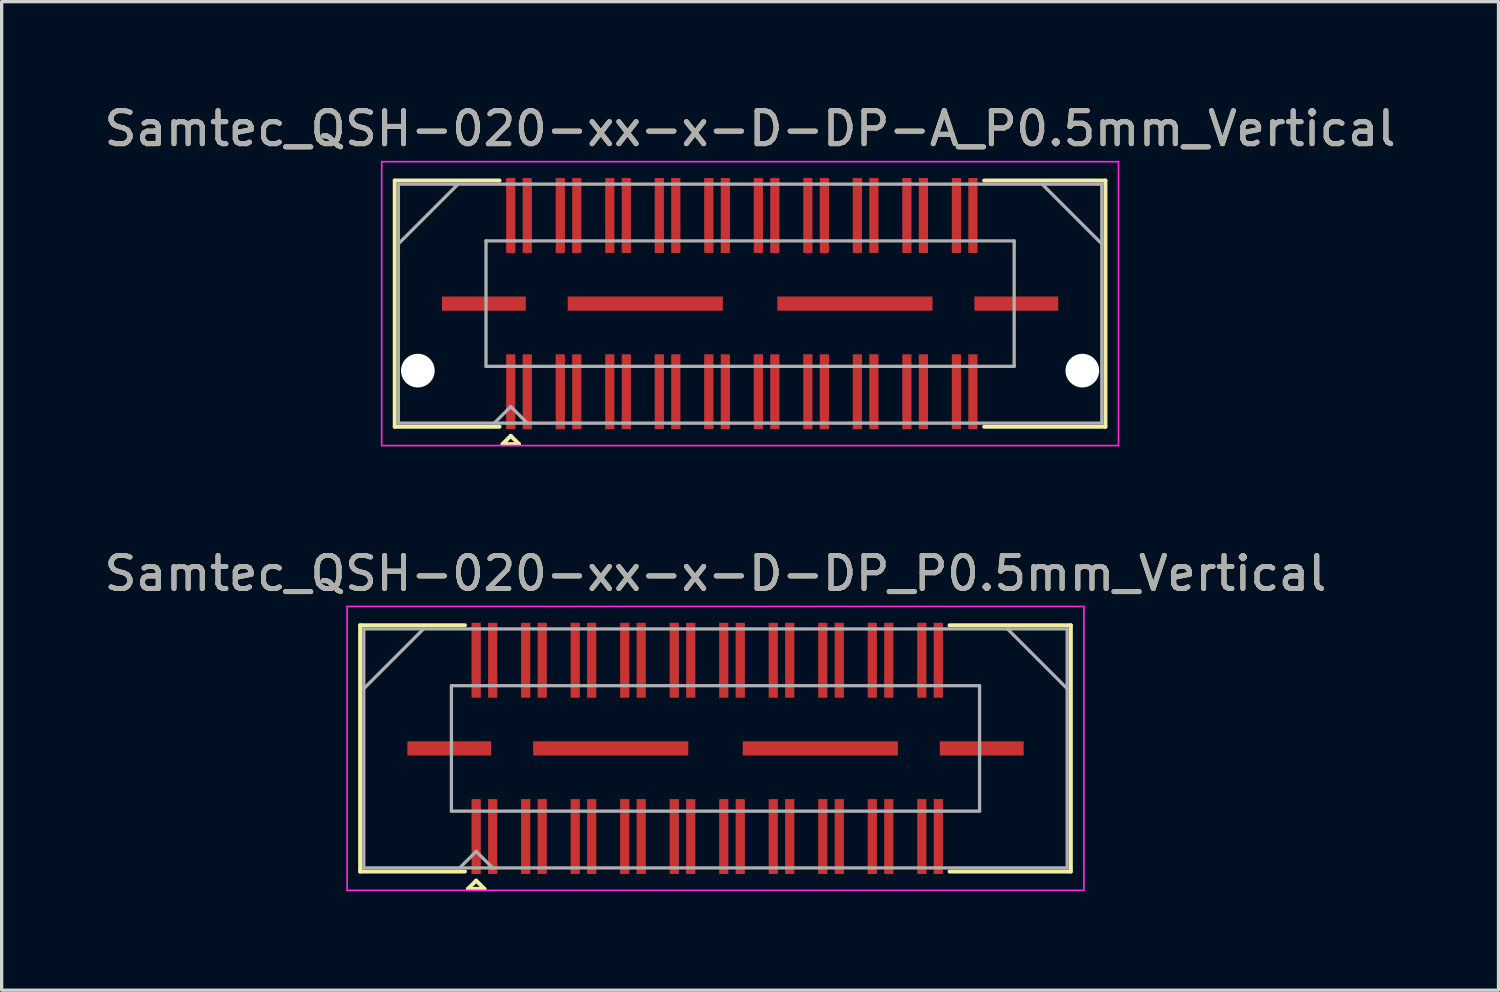
<source format=kicad_pcb>
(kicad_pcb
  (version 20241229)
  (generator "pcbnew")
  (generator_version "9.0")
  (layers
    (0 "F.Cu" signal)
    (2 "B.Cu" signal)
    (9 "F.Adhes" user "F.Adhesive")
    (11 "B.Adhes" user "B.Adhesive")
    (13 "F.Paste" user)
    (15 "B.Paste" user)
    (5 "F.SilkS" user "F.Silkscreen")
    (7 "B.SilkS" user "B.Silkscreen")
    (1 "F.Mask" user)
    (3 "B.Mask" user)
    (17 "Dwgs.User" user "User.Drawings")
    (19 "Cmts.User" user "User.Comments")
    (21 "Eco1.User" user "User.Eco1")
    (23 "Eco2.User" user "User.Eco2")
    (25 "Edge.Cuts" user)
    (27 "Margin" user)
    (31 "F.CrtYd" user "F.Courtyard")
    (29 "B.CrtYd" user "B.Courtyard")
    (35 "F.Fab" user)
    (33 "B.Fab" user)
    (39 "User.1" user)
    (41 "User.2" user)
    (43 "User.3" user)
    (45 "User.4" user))
  (footprint "Samtec_QSH-020-xx-x-D-DP_P0.5mm_Vertical"
    (layer "F.Cu")
    (at 18.625 19.622)
    (property "Reference" "Samtec_QSH-020-xx-x-D-DP_P0.5mm_Vertical" (at 0 -5.3 0) (layer "F.SilkS") (effects (font (size 1 1) (thickness 0.15))))
    (attr smd)
    (fp_line (start -10.765 -3.73) (end -7.59 -3.73) (stroke (width 0.12) (type solid)) (layer "F.SilkS"))
    (fp_line (start -10.765 3.73) (end -10.765 -3.73) (stroke (width 0.12) (type solid)) (layer "F.SilkS"))
    (fp_line (start -7.59 3.73) (end -10.765 3.73) (stroke (width 0.12) (type solid)) (layer "F.SilkS"))
    (fp_line (start -7.5 4.255) (end -7.25 4.005) (stroke (width 0.12) (type solid)) (layer "F.SilkS"))
    (fp_line (start -7.25 4.005) (end -7 4.255) (stroke (width 0.12) (type solid)) (layer "F.SilkS"))
    (fp_line (start -7 4.255) (end -7.5 4.255) (stroke (width 0.12) (type solid)) (layer "F.SilkS"))
    (fp_line (start 7.09 3.73) (end 10.765 3.73) (stroke (width 0.12) (type solid)) (layer "F.SilkS"))
    (fp_line (start 10.765 -3.73) (end 7.09 -3.73) (stroke (width 0.12) (type solid)) (layer "F.SilkS"))
    (fp_line (start 10.765 3.73) (end 10.765 -3.73) (stroke (width 0.12) (type solid)) (layer "F.SilkS"))
    (fp_line (start -11.16 -4.3) (end -11.16 4.3) (stroke (width 0.05) (type solid)) (layer "F.CrtYd"))
    (fp_line (start -11.16 4.3) (end 11.16 4.3) (stroke (width 0.05) (type solid)) (layer "F.CrtYd"))
    (fp_line (start 11.16 -4.3) (end -11.16 -4.3) (stroke (width 0.05) (type solid)) (layer "F.CrtYd"))
    (fp_line (start 11.16 4.3) (end 11.16 -4.3) (stroke (width 0.05) (type solid)) (layer "F.CrtYd"))
    (fp_line (start -10.655 -3.62) (end -10.655 3.62) (stroke (width 0.1) (type solid)) (layer "F.Fab"))
    (fp_line (start -10.655 -1.81) (end -8.845 -3.62) (stroke (width 0.1) (type solid)) (layer "F.Fab"))
    (fp_line (start -10.655 3.62) (end 10.655 3.62) (stroke (width 0.1) (type solid)) (layer "F.Fab"))
    (fp_line (start -8 -1.9) (end -8 1.9) (stroke (width 0.1) (type solid)) (layer "F.Fab"))
    (fp_line (start -8 1.9) (end 8 1.9) (stroke (width 0.1) (type solid)) (layer "F.Fab"))
    (fp_line (start -7.75 3.62) (end -7.25 3.12) (stroke (width 0.1) (type solid)) (layer "F.Fab"))
    (fp_line (start -7.25 3.12) (end -6.75 3.62) (stroke (width 0.1) (type solid)) (layer "F.Fab"))
    (fp_line (start 8 -1.9) (end -8 -1.9) (stroke (width 0.1) (type solid)) (layer "F.Fab"))
    (fp_line (start 8 1.9) (end 8 -1.9) (stroke (width 0.1) (type solid)) (layer "F.Fab"))
    (fp_line (start 10.655 -3.62) (end -10.655 -3.62) (stroke (width 0.1) (type solid)) (layer "F.Fab"))
    (fp_line (start 10.655 -1.81) (end 8.845 -3.62) (stroke (width 0.1) (type solid)) (layer "F.Fab"))
    (fp_line (start 10.655 3.62) (end 10.655 -3.62) (stroke (width 0.1) (type solid)) (layer "F.Fab"))
    (fp_text user "${REFERENCE}" (at 0 -5.3 0) (layer "F.Fab") (effects (font (size 1 1) (thickness 0.15))))
    (pad "1" smd rect (at -7.25 2.67) (size 0.279 2.27) (layers "F.Cu" "F.Mask" "F.Paste"))
    (pad "2" smd rect (at -7.25 -2.67) (size 0.279 2.27) (layers "F.Cu" "F.Mask" "F.Paste"))
    (pad "3" smd rect (at -6.75 2.67) (size 0.279 2.27) (layers "F.Cu" "F.Mask" "F.Paste"))
    (pad "4" smd rect (at -6.75 -2.67) (size 0.279 2.27) (layers "F.Cu" "F.Mask" "F.Paste"))
    (pad "5" smd rect (at -5.75 2.67) (size 0.279 2.27) (layers "F.Cu" "F.Mask" "F.Paste"))
    (pad "6" smd rect (at -5.75 -2.67) (size 0.279 2.27) (layers "F.Cu" "F.Mask" "F.Paste"))
    (pad "7" smd rect (at -5.25 2.67) (size 0.279 2.27) (layers "F.Cu" "F.Mask" "F.Paste"))
    (pad "8" smd rect (at -5.25 -2.67) (size 0.279 2.27) (layers "F.Cu" "F.Mask" "F.Paste"))
    (pad "9" smd rect (at -4.25 2.67) (size 0.279 2.27) (layers "F.Cu" "F.Mask" "F.Paste"))
    (pad "10" smd rect (at -4.25 -2.67) (size 0.279 2.27) (layers "F.Cu" "F.Mask" "F.Paste"))
    (pad "11" smd rect (at -3.75 2.67) (size 0.279 2.27) (layers "F.Cu" "F.Mask" "F.Paste"))
    (pad "12" smd rect (at -3.75 -2.67) (size 0.279 2.27) (layers "F.Cu" "F.Mask" "F.Paste"))
    (pad "13" smd rect (at -2.75 2.67) (size 0.279 2.27) (layers "F.Cu" "F.Mask" "F.Paste"))
    (pad "14" smd rect (at -2.75 -2.67) (size 0.279 2.27) (layers "F.Cu" "F.Mask" "F.Paste"))
    (pad "15" smd rect (at -2.25 2.67) (size 0.279 2.27) (layers "F.Cu" "F.Mask" "F.Paste"))
    (pad "16" smd rect (at -2.25 -2.67) (size 0.279 2.27) (layers "F.Cu" "F.Mask" "F.Paste"))
    (pad "17" smd rect (at -1.25 2.67) (size 0.279 2.27) (layers "F.Cu" "F.Mask" "F.Paste"))
    (pad "18" smd rect (at -1.25 -2.67) (size 0.279 2.27) (layers "F.Cu" "F.Mask" "F.Paste"))
    (pad "19" smd rect (at -0.75 2.67) (size 0.279 2.27) (layers "F.Cu" "F.Mask" "F.Paste"))
    (pad "20" smd rect (at -0.75 -2.67) (size 0.279 2.27) (layers "F.Cu" "F.Mask" "F.Paste"))
    (pad "21" smd rect (at 0.25 2.67) (size 0.279 2.27) (layers "F.Cu" "F.Mask" "F.Paste"))
    (pad "22" smd rect (at 0.25 -2.67) (size 0.279 2.27) (layers "F.Cu" "F.Mask" "F.Paste"))
    (pad "23" smd rect (at 0.75 2.67) (size 0.279 2.27) (layers "F.Cu" "F.Mask" "F.Paste"))
    (pad "24" smd rect (at 0.75 -2.67) (size 0.279 2.27) (layers "F.Cu" "F.Mask" "F.Paste"))
    (pad "25" smd rect (at 1.75 2.67) (size 0.279 2.27) (layers "F.Cu" "F.Mask" "F.Paste"))
    (pad "26" smd rect (at 1.75 -2.67) (size 0.279 2.27) (layers "F.Cu" "F.Mask" "F.Paste"))
    (pad "27" smd rect (at 2.25 2.67) (size 0.279 2.27) (layers "F.Cu" "F.Mask" "F.Paste"))
    (pad "28" smd rect (at 2.25 -2.67) (size 0.279 2.27) (layers "F.Cu" "F.Mask" "F.Paste"))
    (pad "29" smd rect (at 3.25 2.67) (size 0.279 2.27) (layers "F.Cu" "F.Mask" "F.Paste"))
    (pad "30" smd rect (at 3.25 -2.67) (size 0.279 2.27) (layers "F.Cu" "F.Mask" "F.Paste"))
    (pad "31" smd rect (at 3.75 2.67) (size 0.279 2.27) (layers "F.Cu" "F.Mask" "F.Paste"))
    (pad "32" smd rect (at 3.75 -2.67) (size 0.279 2.27) (layers "F.Cu" "F.Mask" "F.Paste"))
    (pad "33" smd rect (at 4.75 2.67) (size 0.279 2.27) (layers "F.Cu" "F.Mask" "F.Paste"))
    (pad "34" smd rect (at 4.75 -2.67) (size 0.279 2.27) (layers "F.Cu" "F.Mask" "F.Paste"))
    (pad "35" smd rect (at 5.25 2.67) (size 0.279 2.27) (layers "F.Cu" "F.Mask" "F.Paste"))
    (pad "36" smd rect (at 5.25 -2.67) (size 0.279 2.27) (layers "F.Cu" "F.Mask" "F.Paste"))
    (pad "37" smd rect (at 6.25 2.67) (size 0.279 2.27) (layers "F.Cu" "F.Mask" "F.Paste"))
    (pad "38" smd rect (at 6.25 -2.67) (size 0.279 2.27) (layers "F.Cu" "F.Mask" "F.Paste"))
    (pad "39" smd rect (at 6.75 2.67) (size 0.279 2.27) (layers "F.Cu" "F.Mask" "F.Paste"))
    (pad "40" smd rect (at 6.75 -2.67) (size 0.279 2.27) (layers "F.Cu" "F.Mask" "F.Paste"))
    (pad "P1" smd rect (at -8.065 0) (size 2.54 0.43) (layers "F.Cu" "F.Mask" "F.Paste"))
    (pad "P1" smd rect (at -3.175 0) (size 4.7 0.43) (layers "F.Cu" "F.Mask" "F.Paste"))
    (pad "P1" smd rect (at 3.175 0) (size 4.7 0.43) (layers "F.Cu" "F.Mask" "F.Paste"))
    (pad "P1" smd rect (at 8.065 0) (size 2.54 0.43) (layers "F.Cu" "F.Mask" "F.Paste")))
  (footprint "Samtec_QSH-020-xx-x-D-DP-A_P0.5mm_Vertical"
    (layer "F.Cu")
    (at 19.673 6.148)
    (property "Reference" "Samtec_QSH-020-xx-x-D-DP-A_P0.5mm_Vertical" (at 0 -5.3 0) (layer "F.SilkS") (effects (font (size 1 1) (thickness 0.15))))
    (attr smd)
    (fp_line (start -10.765 -3.73) (end -7.59 -3.73) (stroke (width 0.12) (type solid)) (layer "F.SilkS"))
    (fp_line (start -10.765 3.73) (end -10.765 -3.73) (stroke (width 0.12) (type solid)) (layer "F.SilkS"))
    (fp_line (start -7.59 3.73) (end -10.765 3.73) (stroke (width 0.12) (type solid)) (layer "F.SilkS"))
    (fp_line (start -7.5 4.255) (end -7.25 4.005) (stroke (width 0.12) (type solid)) (layer "F.SilkS"))
    (fp_line (start -7.25 4.005) (end -7 4.255) (stroke (width 0.12) (type solid)) (layer "F.SilkS"))
    (fp_line (start -7 4.255) (end -7.5 4.255) (stroke (width 0.12) (type solid)) (layer "F.SilkS"))
    (fp_line (start 7.09 3.73) (end 10.765 3.73) (stroke (width 0.12) (type solid)) (layer "F.SilkS"))
    (fp_line (start 10.765 -3.73) (end 7.09 -3.73) (stroke (width 0.12) (type solid)) (layer "F.SilkS"))
    (fp_line (start 10.765 3.73) (end 10.765 -3.73) (stroke (width 0.12) (type solid)) (layer "F.SilkS"))
    (fp_line (start -11.16 -4.3) (end -11.16 4.3) (stroke (width 0.05) (type solid)) (layer "F.CrtYd"))
    (fp_line (start -11.16 4.3) (end 11.16 4.3) (stroke (width 0.05) (type solid)) (layer "F.CrtYd"))
    (fp_line (start 11.16 -4.3) (end -11.16 -4.3) (stroke (width 0.05) (type solid)) (layer "F.CrtYd"))
    (fp_line (start 11.16 4.3) (end 11.16 -4.3) (stroke (width 0.05) (type solid)) (layer "F.CrtYd"))
    (fp_line (start -10.655 -3.62) (end -10.655 3.62) (stroke (width 0.1) (type solid)) (layer "F.Fab"))
    (fp_line (start -10.655 -1.81) (end -8.845 -3.62) (stroke (width 0.1) (type solid)) (layer "F.Fab"))
    (fp_line (start -10.655 3.62) (end 10.655 3.62) (stroke (width 0.1) (type solid)) (layer "F.Fab"))
    (fp_line (start -8 -1.9) (end -8 1.9) (stroke (width 0.1) (type solid)) (layer "F.Fab"))
    (fp_line (start -8 1.9) (end 8 1.9) (stroke (width 0.1) (type solid)) (layer "F.Fab"))
    (fp_line (start -7.75 3.62) (end -7.25 3.12) (stroke (width 0.1) (type solid)) (layer "F.Fab"))
    (fp_line (start -7.25 3.12) (end -6.75 3.62) (stroke (width 0.1) (type solid)) (layer "F.Fab"))
    (fp_line (start 8 -1.9) (end -8 -1.9) (stroke (width 0.1) (type solid)) (layer "F.Fab"))
    (fp_line (start 8 1.9) (end 8 -1.9) (stroke (width 0.1) (type solid)) (layer "F.Fab"))
    (fp_line (start 10.655 -3.62) (end -10.655 -3.62) (stroke (width 0.1) (type solid)) (layer "F.Fab"))
    (fp_line (start 10.655 -1.81) (end 8.845 -3.62) (stroke (width 0.1) (type solid)) (layer "F.Fab"))
    (fp_line (start 10.655 3.62) (end 10.655 -3.62) (stroke (width 0.1) (type solid)) (layer "F.Fab"))
    (fp_text user "${REFERENCE}" (at 0 -5.3 0) (layer "F.Fab") (effects (font (size 1 1) (thickness 0.15))))
    (pad "" np_thru_hole circle (at -10.065 2.03) (size 1.02 1.02) (drill 1.02) (layers "*.Cu" "*.Mask"))
    (pad "" np_thru_hole circle (at 10.065 2.03) (size 1.02 1.02) (drill 1.02) (layers "*.Cu" "*.Mask"))
    (pad "1" smd rect (at -7.25 2.67) (size 0.279 2.27) (layers "F.Cu" "F.Mask" "F.Paste"))
    (pad "2" smd rect (at -7.25 -2.67) (size 0.279 2.27) (layers "F.Cu" "F.Mask" "F.Paste"))
    (pad "3" smd rect (at -6.75 2.67) (size 0.279 2.27) (layers "F.Cu" "F.Mask" "F.Paste"))
    (pad "4" smd rect (at -6.75 -2.67) (size 0.279 2.27) (layers "F.Cu" "F.Mask" "F.Paste"))
    (pad "5" smd rect (at -5.75 2.67) (size 0.279 2.27) (layers "F.Cu" "F.Mask" "F.Paste"))
    (pad "6" smd rect (at -5.75 -2.67) (size 0.279 2.27) (layers "F.Cu" "F.Mask" "F.Paste"))
    (pad "7" smd rect (at -5.25 2.67) (size 0.279 2.27) (layers "F.Cu" "F.Mask" "F.Paste"))
    (pad "8" smd rect (at -5.25 -2.67) (size 0.279 2.27) (layers "F.Cu" "F.Mask" "F.Paste"))
    (pad "9" smd rect (at -4.25 2.67) (size 0.279 2.27) (layers "F.Cu" "F.Mask" "F.Paste"))
    (pad "10" smd rect (at -4.25 -2.67) (size 0.279 2.27) (layers "F.Cu" "F.Mask" "F.Paste"))
    (pad "11" smd rect (at -3.75 2.67) (size 0.279 2.27) (layers "F.Cu" "F.Mask" "F.Paste"))
    (pad "12" smd rect (at -3.75 -2.67) (size 0.279 2.27) (layers "F.Cu" "F.Mask" "F.Paste"))
    (pad "13" smd rect (at -2.75 2.67) (size 0.279 2.27) (layers "F.Cu" "F.Mask" "F.Paste"))
    (pad "14" smd rect (at -2.75 -2.67) (size 0.279 2.27) (layers "F.Cu" "F.Mask" "F.Paste"))
    (pad "15" smd rect (at -2.25 2.67) (size 0.279 2.27) (layers "F.Cu" "F.Mask" "F.Paste"))
    (pad "16" smd rect (at -2.25 -2.67) (size 0.279 2.27) (layers "F.Cu" "F.Mask" "F.Paste"))
    (pad "17" smd rect (at -1.25 2.67) (size 0.279 2.27) (layers "F.Cu" "F.Mask" "F.Paste"))
    (pad "18" smd rect (at -1.25 -2.67) (size 0.279 2.27) (layers "F.Cu" "F.Mask" "F.Paste"))
    (pad "19" smd rect (at -0.75 2.67) (size 0.279 2.27) (layers "F.Cu" "F.Mask" "F.Paste"))
    (pad "20" smd rect (at -0.75 -2.67) (size 0.279 2.27) (layers "F.Cu" "F.Mask" "F.Paste"))
    (pad "21" smd rect (at 0.25 2.67) (size 0.279 2.27) (layers "F.Cu" "F.Mask" "F.Paste"))
    (pad "22" smd rect (at 0.25 -2.67) (size 0.279 2.27) (layers "F.Cu" "F.Mask" "F.Paste"))
    (pad "23" smd rect (at 0.75 2.67) (size 0.279 2.27) (layers "F.Cu" "F.Mask" "F.Paste"))
    (pad "24" smd rect (at 0.75 -2.67) (size 0.279 2.27) (layers "F.Cu" "F.Mask" "F.Paste"))
    (pad "25" smd rect (at 1.75 2.67) (size 0.279 2.27) (layers "F.Cu" "F.Mask" "F.Paste"))
    (pad "26" smd rect (at 1.75 -2.67) (size 0.279 2.27) (layers "F.Cu" "F.Mask" "F.Paste"))
    (pad "27" smd rect (at 2.25 2.67) (size 0.279 2.27) (layers "F.Cu" "F.Mask" "F.Paste"))
    (pad "28" smd rect (at 2.25 -2.67) (size 0.279 2.27) (layers "F.Cu" "F.Mask" "F.Paste"))
    (pad "29" smd rect (at 3.25 2.67) (size 0.279 2.27) (layers "F.Cu" "F.Mask" "F.Paste"))
    (pad "30" smd rect (at 3.25 -2.67) (size 0.279 2.27) (layers "F.Cu" "F.Mask" "F.Paste"))
    (pad "31" smd rect (at 3.75 2.67) (size 0.279 2.27) (layers "F.Cu" "F.Mask" "F.Paste"))
    (pad "32" smd rect (at 3.75 -2.67) (size 0.279 2.27) (layers "F.Cu" "F.Mask" "F.Paste"))
    (pad "33" smd rect (at 4.75 2.67) (size 0.279 2.27) (layers "F.Cu" "F.Mask" "F.Paste"))
    (pad "34" smd rect (at 4.75 -2.67) (size 0.279 2.27) (layers "F.Cu" "F.Mask" "F.Paste"))
    (pad "35" smd rect (at 5.25 2.67) (size 0.279 2.27) (layers "F.Cu" "F.Mask" "F.Paste"))
    (pad "36" smd rect (at 5.25 -2.67) (size 0.279 2.27) (layers "F.Cu" "F.Mask" "F.Paste"))
    (pad "37" smd rect (at 6.25 2.67) (size 0.279 2.27) (layers "F.Cu" "F.Mask" "F.Paste"))
    (pad "38" smd rect (at 6.25 -2.67) (size 0.279 2.27) (layers "F.Cu" "F.Mask" "F.Paste"))
    (pad "39" smd rect (at 6.75 2.67) (size 0.279 2.27) (layers "F.Cu" "F.Mask" "F.Paste"))
    (pad "40" smd rect (at 6.75 -2.67) (size 0.279 2.27) (layers "F.Cu" "F.Mask" "F.Paste"))
    (pad "P1" smd rect (at -8.065 0) (size 2.54 0.43) (layers "F.Cu" "F.Mask" "F.Paste"))
    (pad "P1" smd rect (at -3.175 0) (size 4.7 0.43) (layers "F.Cu" "F.Mask" "F.Paste"))
    (pad "P1" smd rect (at 3.175 0) (size 4.7 0.43) (layers "F.Cu" "F.Mask" "F.Paste"))
    (pad "P1" smd rect (at 8.065 0) (size 2.54 0.43) (layers "F.Cu" "F.Mask" "F.Paste")))
  (gr_rect
    (start -3 -3)
    (end 42.345 26.947)
    (stroke (width 0.1) (type default))
    (fill no)
    (layer "Edge.Cuts")))
</source>
